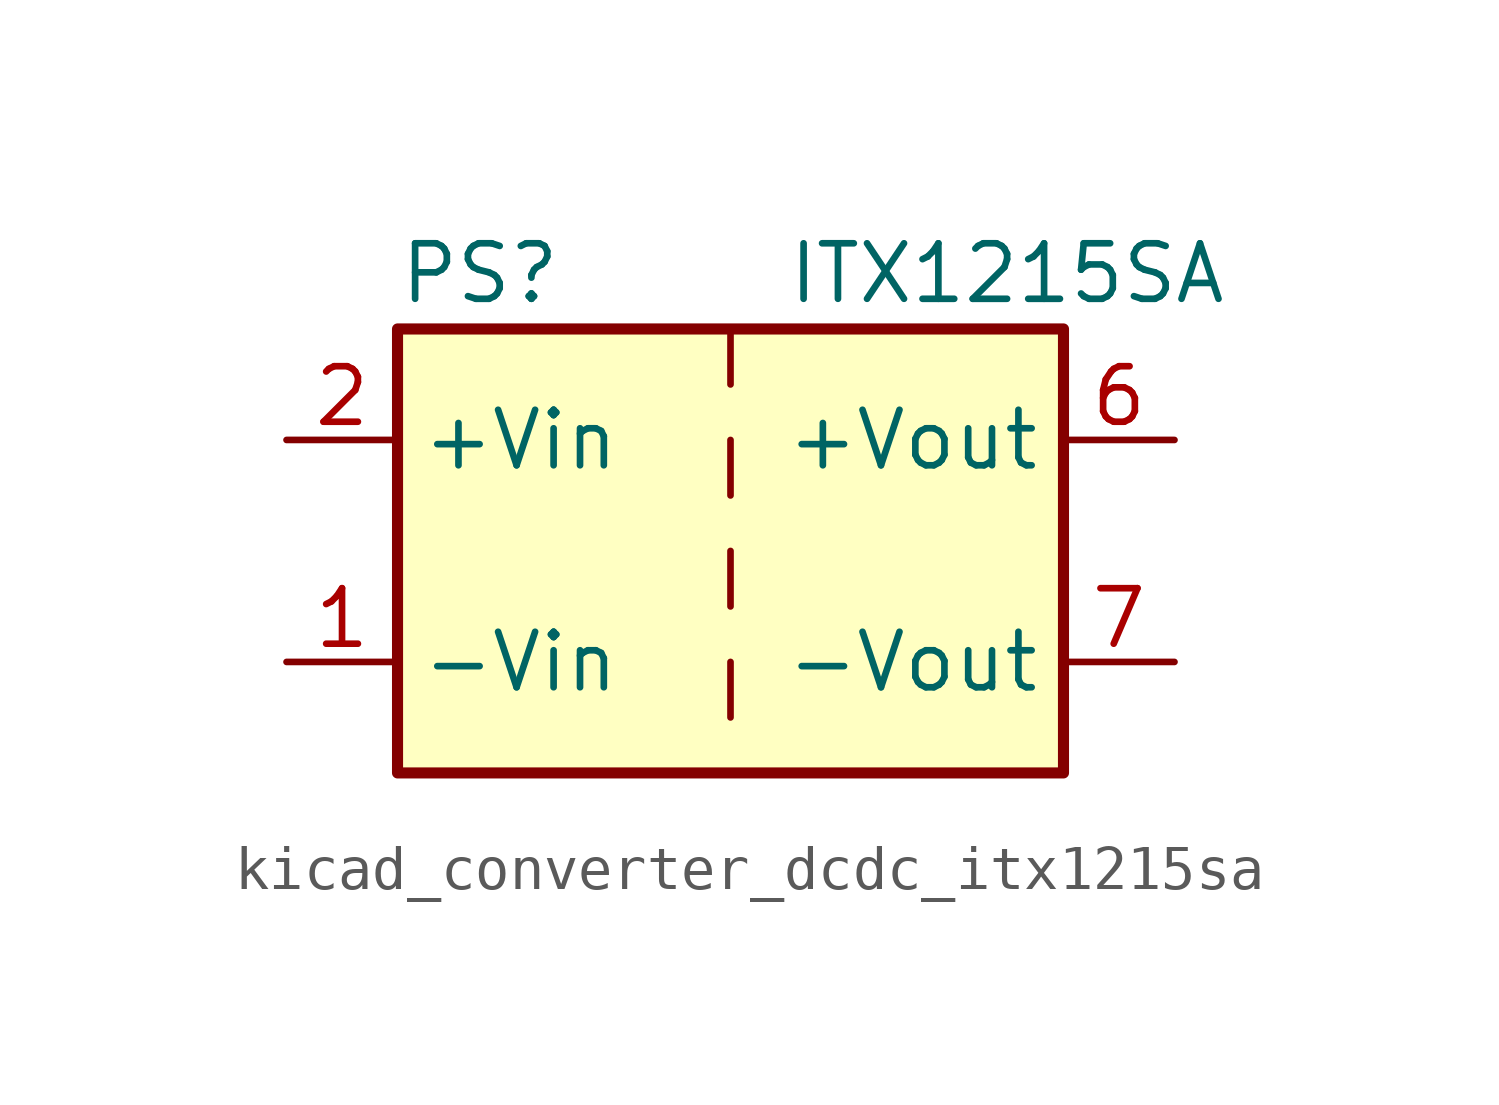
<source format=kicad_sym>
(kicad_symbol_lib
  (version 20220914)
  (generator kicad_symbol_editor)
  (symbol "kicad_converter_dcdc_itx1215sa"
    (property "Reference" "PS"
      (at -7.62 6.35 0)
      (effects (font (size 1.27 1.27)) (justify left)))
    (property "Value" "ITX1215SA"
      (at 1.27 6.35 0)
      (effects (font (size 1.27 1.27)) (justify left)))
    (symbol "kicad_converter_dcdc_itx1215sa_0_0"
      (pin power_in line (at -10.16 -2.54 0) (length 2.54) (name "-Vin" (effects (font (size 1.27 1.27)))) (number "1" (effects (font (size 1.27 1.27)))))
      (pin power_in line (at -10.16 2.54 0) (length 2.54) (name "+Vin" (effects (font (size 1.27 1.27)))) (number "2" (effects (font (size 1.27 1.27)))))
      (pin power_out line (at 10.16 2.54 180) (length 2.54) (name "+Vout" (effects (font (size 1.27 1.27)))) (number "6" (effects (font (size 1.27 1.27)))))
      (pin power_out line (at 10.16 -2.54 180) (length 2.54) (name "-Vout" (effects (font (size 1.27 1.27)))) (number "7" (effects (font (size 1.27 1.27)))))
      (pin no_connect line (at 7.62 0 180) (length 2.54) hide (name "NC" (effects (font (size 1.27 1.27)))) (number "8" (effects (font (size 1.27 1.27))))))
    (symbol "kicad_converter_dcdc_itx1215sa_0_1"
      (rectangle (start -7.62 5.08) (end 7.62 -5.08) (stroke (width 0.254) (type default)) (fill (type background)))
      (polyline (pts (xy 0 -2.54) (xy 0 -3.81)) (stroke (width 0) (type default)) (fill (type none)))
      (polyline (pts (xy 0 0) (xy 0 -1.27)) (stroke (width 0) (type default)) (fill (type none)))
      (polyline (pts (xy 0 2.54) (xy 0 1.27)) (stroke (width 0) (type default)) (fill (type none)))
      (polyline (pts (xy 0 5.08) (xy 0 3.81)) (stroke (width 0) (type default)) (fill (type none))))))
</source>
